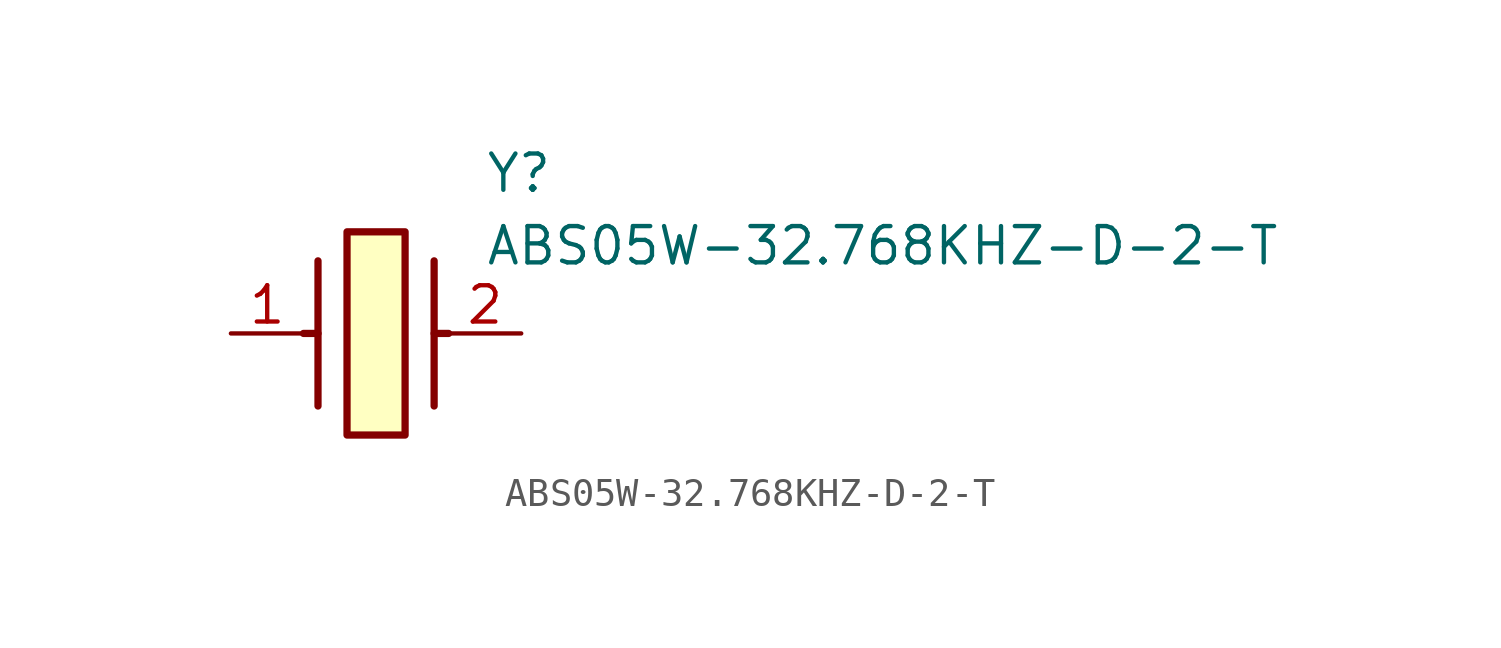
<source format=kicad_sym>
(kicad_symbol_lib
  (version 20211014)
  (generator SamacSys_ECAD_Model)
  (symbol "ABS05W-32.768KHZ-D-2-T"
    (pin_names hide)
    (property "Reference" "Y"
      (at 8.89 6.35 0)
      (effects (font (size 1.27 1.27)) (justify left top)))
    (property "Value" "ABS05W-32.768KHZ-D-2-T"
      (at 8.89 3.81 0)
      (effects (font (size 1.27 1.27)) (justify left top)))
    (rectangle
      (start 4.064 3.556)
      (end 6.096 -3.556)
      (stroke (width 0.254) (type default))
      (fill (type background)))
    (polyline
      (pts (xy 3.048 2.54) (xy 3.048 -2.54))
      (stroke (width 0.254) (type default))
      (fill (type none)))
    (polyline
      (pts (xy 7.112 2.54) (xy 7.112 -2.54))
      (stroke (width 0.254) (type default))
      (fill (type none)))
    (polyline
      (pts (xy 7.112 0) (xy 7.62 0))
      (stroke (width 0.254) (type default))
      (fill (type none)))
    (polyline
      (pts (xy 3.048 0) (xy 2.54 0))
      (stroke (width 0.254) (type default))
      (fill (type none)))
    (pin passive line
      (at 0 0 0)
      (length 2.54)
      (name "1" (effects (font (size 1.27 1.27))))
      (number "1" (effects (font (size 1.27 1.27)))))
    (pin passive line
      (at 10.16 0 180)
      (length 2.54)
      (name "2" (effects (font (size 1.27 1.27))))
      (number "2" (effects (font (size 1.27 1.27)))))))
</source>
